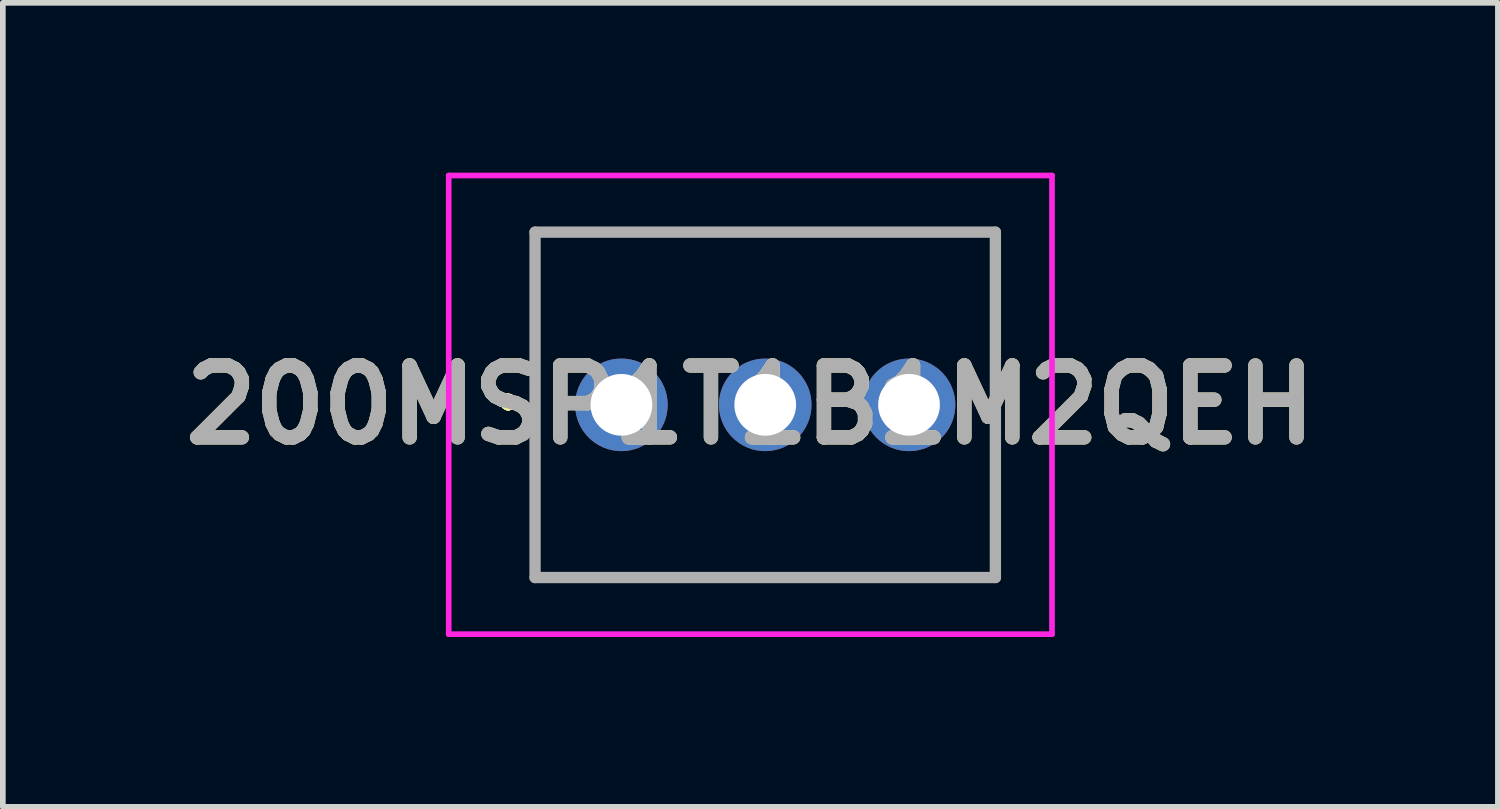
<source format=kicad_pcb>
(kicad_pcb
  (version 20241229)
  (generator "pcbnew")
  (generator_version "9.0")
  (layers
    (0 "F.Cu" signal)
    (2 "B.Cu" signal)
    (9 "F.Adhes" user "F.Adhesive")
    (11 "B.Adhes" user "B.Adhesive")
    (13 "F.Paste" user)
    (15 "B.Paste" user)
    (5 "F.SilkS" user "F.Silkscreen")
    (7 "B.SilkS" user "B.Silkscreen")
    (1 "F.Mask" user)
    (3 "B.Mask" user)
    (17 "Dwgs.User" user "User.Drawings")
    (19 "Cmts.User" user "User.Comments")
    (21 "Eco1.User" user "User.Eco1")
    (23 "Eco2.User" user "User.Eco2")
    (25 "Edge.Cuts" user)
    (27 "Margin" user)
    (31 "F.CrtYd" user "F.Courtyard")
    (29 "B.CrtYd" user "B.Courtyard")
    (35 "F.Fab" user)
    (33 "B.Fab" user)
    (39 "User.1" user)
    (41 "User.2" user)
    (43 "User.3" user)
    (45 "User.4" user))
  (footprint "200MSP1T1B1M2QEH"
    (layer "F.Cu")
    (at 7.925 4.1)
    (property "Reference" "200MSP1T1B1M2QEH" (at 2.277 0 0) (layer "F.SilkS") (effects (font (size 1.27 1.27) (thickness 0.254))))
    (attr through_hole)
    (fp_line (start -2 -0.1) (end -2 -0.1) (stroke (width 0.2) (type solid)) (layer "F.SilkS"))
    (fp_line (start -2 0) (end -2 0) (stroke (width 0.2) (type solid)) (layer "F.SilkS"))
    (fp_line (start -2 0) (end -2 0) (stroke (width 0.2) (type solid)) (layer "F.SilkS"))
    (fp_line (start -1.525 -3.05) (end 6.605 -3.05) (stroke (width 0.1) (type solid)) (layer "F.SilkS"))
    (fp_line (start -1.525 3.05) (end -1.525 -3.05) (stroke (width 0.1) (type solid)) (layer "F.SilkS"))
    (fp_line (start 6.605 -3.05) (end 6.605 3.05) (stroke (width 0.1) (type solid)) (layer "F.SilkS"))
    (fp_line (start 6.605 3.05) (end -1.525 3.05) (stroke (width 0.1) (type solid)) (layer "F.SilkS"))
    (fp_arc (start -2 -0.1) (mid -1.95 -0.05) (end -2 0) (stroke (width 0.2) (type solid)) (layer "F.SilkS"))
    (fp_arc (start -2 -0.1) (mid -1.95 -0.05) (end -2 0) (stroke (width 0.2) (type solid)) (layer "F.SilkS"))
    (fp_arc (start -2 0) (mid -2.05 -0.05) (end -2 -0.1) (stroke (width 0.2) (type solid)) (layer "F.SilkS"))
    (fp_line (start -3.05 -4.05) (end 7.605 -4.05) (stroke (width 0.1) (type solid)) (layer "F.CrtYd"))
    (fp_line (start -3.05 4.05) (end -3.05 -4.05) (stroke (width 0.1) (type solid)) (layer "F.CrtYd"))
    (fp_line (start 7.605 -4.05) (end 7.605 4.05) (stroke (width 0.1) (type solid)) (layer "F.CrtYd"))
    (fp_line (start 7.605 4.05) (end -3.05 4.05) (stroke (width 0.1) (type solid)) (layer "F.CrtYd"))
    (fp_line (start -1.525 -3.05) (end -1.525 3.05) (stroke (width 0.2) (type solid)) (layer "F.Fab"))
    (fp_line (start -1.525 3.05) (end 6.605 3.05) (stroke (width 0.2) (type solid)) (layer "F.Fab"))
    (fp_line (start 6.605 -3.05) (end -1.525 -3.05) (stroke (width 0.2) (type solid)) (layer "F.Fab"))
    (fp_line (start 6.605 3.05) (end 6.605 -3.05) (stroke (width 0.2) (type solid)) (layer "F.Fab"))
    (fp_text user "${REFERENCE}" (at 2.277 0 0) (layer "F.Fab") (effects (font (size 1.27 1.27) (thickness 0.254))))
    (pad "1" thru_hole circle (at 0 0) (size 1.635 1.635) (drill 1.09) (layers "*.Cu" "*.Mask"))
    (pad "2" thru_hole circle (at 2.54 0) (size 1.635 1.635) (drill 1.09) (layers "*.Cu" "*.Mask"))
    (pad "3" thru_hole circle (at 5.08 0) (size 1.635 1.635) (drill 1.09) (layers "*.Cu" "*.Mask")))
  (gr_rect
    (start -3 -3)
    (end 23.405 11.2)
    (stroke (width 0.1) (type default))
    (fill no)
    (layer "Edge.Cuts")))
</source>
